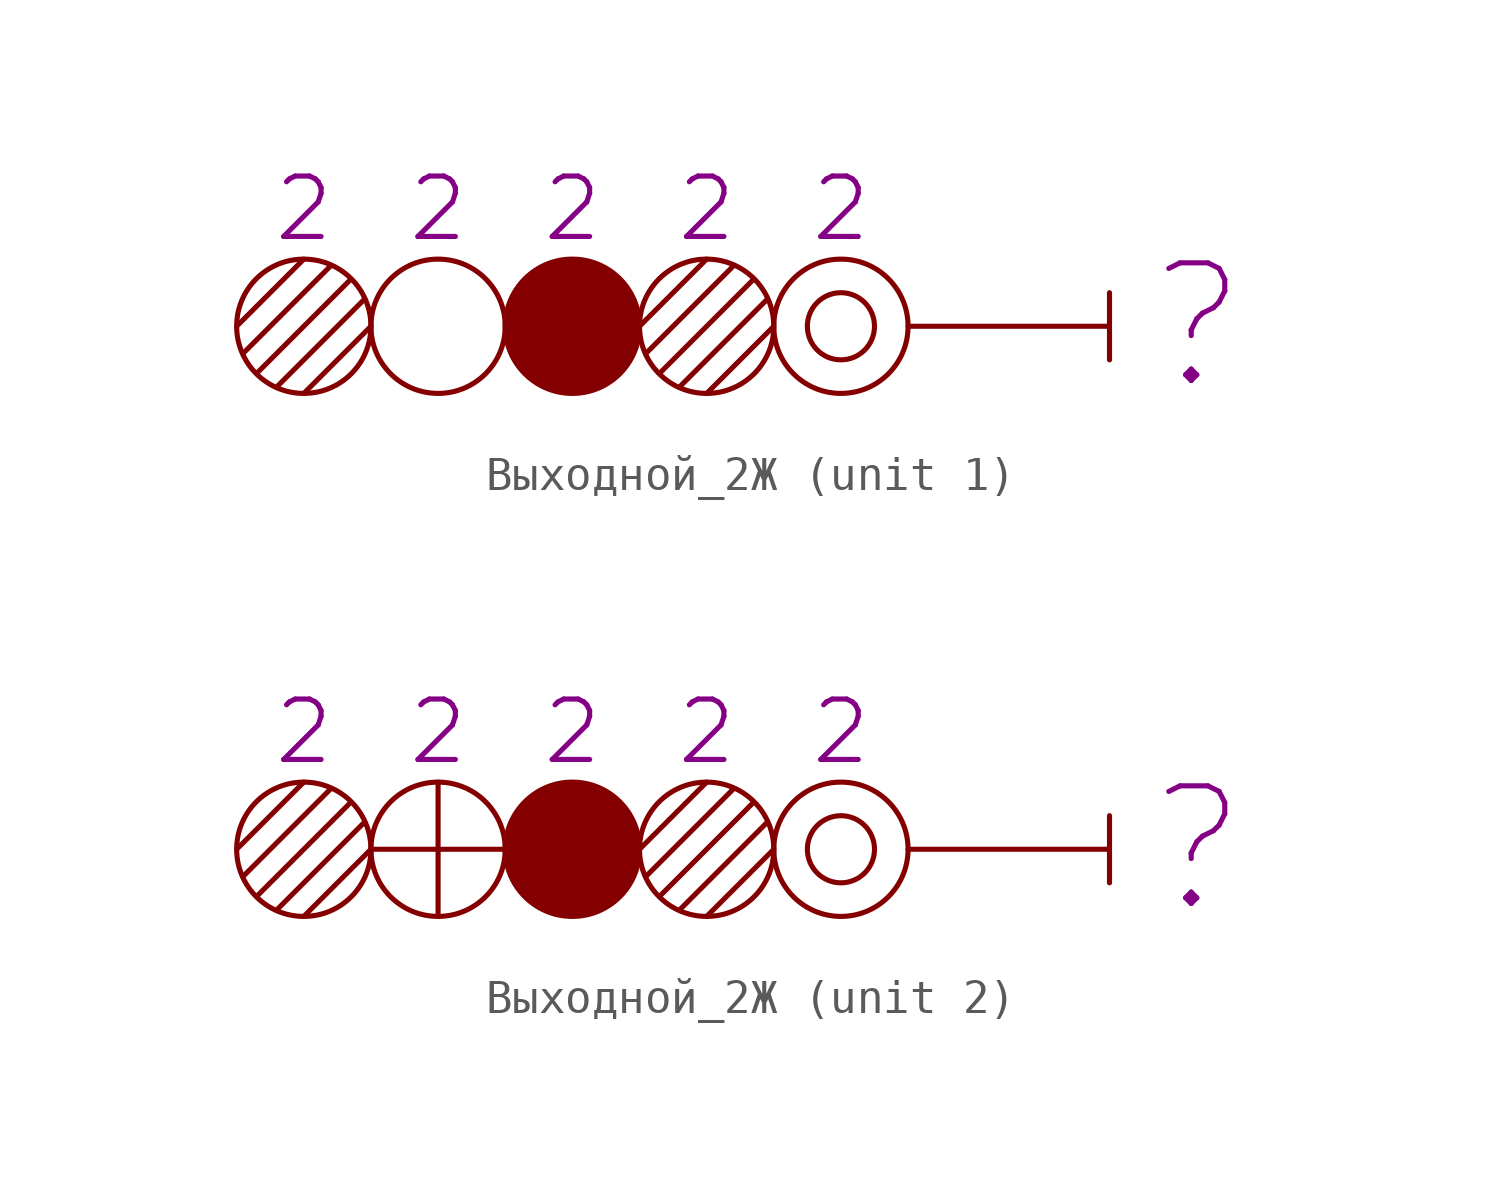
<source format=kicad_sym>
(kicad_symbol_lib
  (version 20231120)
  (generator "kicad_symbol_editor")
  (generator_version "8.0")
  (symbol "Выходной_2Ж"
    (pin_numbers hide)
    (pin_names
      (offset 0) hide)
    (property "Reference" "Входной"
      (at 0 4 0)
      (effects (font (size 1.8 1.8)) (hide yes)))
    (property "Литера" "?"
      (at 1 0 0)
      (do_not_autoplace)
      (effects (font (size 3.5 3.5)) (justify left)))
    (property "ДвухнитеваяК" "2"
      (at -16 3.5 0)
      (do_not_autoplace)
      (effects (font (size 1.8 1.8))))
    (property "ДвухнитеваяЖ" "2"
      (at -24 3.5 0)
      (do_not_autoplace)
      (effects (font (size 1.8 1.8))))
    (property "Двухнитевая2Ж" "2"
      (at -12 3.5 0)
      (do_not_autoplace)
      (effects (font (size 1.8 1.8))))
    (property "ДвухнитеваяЗ" "2"
      (at -20 3.5 0)
      (do_not_autoplace)
      (effects (font (size 1.8 1.8))))
    (property "ДвухнитеваяБ" "2"
      (at -8 3.5 0)
      (do_not_autoplace)
      (effects (font (size 1.8 1.8))))
    (property "ki_locked" ""
      (at 0 0 0)
      (effects (font (size 1.27 1.27))))
    (symbol "Выходной_2Ж_0_1"
      (circle (center -20 0) (radius 2) (stroke (width 0) (type default)) (fill (type none)))
      (polyline (pts (xy 0 -1) (xy 0 1)) (stroke (width 0) (type default)) (fill (type none)))
      (polyline (pts (xy 0 0) (xy -6 0)) (stroke (width 0) (type default)) (fill (type none))))
    (symbol "Выходной_2Ж_1_1"
      (unit_name "Без заглушек")
      (circle (center -24 0) (radius 2) (stroke (width 0) (type solid)) (fill (type none)))
      (circle (center -16 0) (radius 2) (stroke (width 0) (type default)) (fill (type outline)))
      (circle (center -12 0) (radius 2) (stroke (width 0) (type solid)) (fill (type none)))
      (circle (center -8 0) (radius 1) (stroke (width 0) (type default)) (fill (type none)))
      (circle (center -8 0) (radius 2) (stroke (width 0) (type default)) (fill (type none)))
      (polyline (pts (xy -24 2) (xy -26 0)) (stroke (width 0) (type default)) (fill (type none)))
      (polyline (pts (xy -23.188 1.812) (xy -25.812 -0.812)) (stroke (width 0) (type default)) (fill (type none)))
      (polyline (pts (xy -22.625 1.375) (xy -25.375 -1.375)) (stroke (width 0) (type default)) (fill (type none)))
      (polyline (pts (xy -22.188 0.812) (xy -24.812 -1.812)) (stroke (width 0) (type default)) (fill (type none)))
      (polyline (pts (xy -22 0) (xy -24 -2)) (stroke (width 0) (type default)) (fill (type none)))
      (polyline (pts (xy -12 2) (xy -14 0)) (stroke (width 0) (type default)) (fill (type none)))
      (polyline (pts (xy -11.188 1.812) (xy -13.812 -0.812)) (stroke (width 0) (type default)) (fill (type none)))
      (polyline (pts (xy -10.625 1.375) (xy -13.375 -1.375)) (stroke (width 0) (type default)) (fill (type none)))
      (polyline (pts (xy -10.188 0.812) (xy -12.812 -1.812)) (stroke (width 0) (type default)) (fill (type none)))
      (polyline (pts (xy -10 0) (xy -12 -2)) (stroke (width 0) (type default)) (fill (type none))))
    (symbol "Выходной_2Ж_2_1"
      (unit_name "Заглушка З")
      (circle (center -24 0) (radius 2) (stroke (width 0) (type solid)) (fill (type none)))
      (circle (center -16 0) (radius 2) (stroke (width 0) (type default)) (fill (type outline)))
      (circle (center -12 0) (radius 2) (stroke (width 0) (type solid)) (fill (type none)))
      (circle (center -8 0) (radius 1) (stroke (width 0) (type default)) (fill (type none)))
      (circle (center -8 0) (radius 2) (stroke (width 0) (type default)) (fill (type none)))
      (polyline (pts (xy -24 2) (xy -26 0)) (stroke (width 0) (type default)) (fill (type none)))
      (polyline (pts (xy -23.188 1.812) (xy -25.812 -0.812)) (stroke (width 0) (type default)) (fill (type none)))
      (polyline (pts (xy -22.625 1.375) (xy -25.375 -1.375)) (stroke (width 0) (type default)) (fill (type none)))
      (polyline (pts (xy -22.188 0.812) (xy -24.812 -1.812)) (stroke (width 0) (type default)) (fill (type none)))
      (polyline (pts (xy -22 0) (xy -24 -2)) (stroke (width 0) (type default)) (fill (type none)))
      (polyline (pts (xy -22 0) (xy -18 0)) (stroke (width 0) (type default)) (fill (type none)))
      (polyline (pts (xy -20 2) (xy -20 -2)) (stroke (width 0) (type default)) (fill (type none)))
      (polyline (pts (xy -12 2) (xy -14 0)) (stroke (width 0) (type default)) (fill (type none)))
      (polyline (pts (xy -11.188 1.812) (xy -13.812 -0.812)) (stroke (width 0) (type default)) (fill (type none)))
      (polyline (pts (xy -10.625 1.375) (xy -13.375 -1.375)) (stroke (width 0) (type default)) (fill (type none)))
      (polyline (pts (xy -10.188 0.812) (xy -12.812 -1.812)) (stroke (width 0) (type default)) (fill (type none)))
      (polyline (pts (xy -10 0) (xy -12 -2)) (stroke (width 0) (type default)) (fill (type none))))))
</source>
